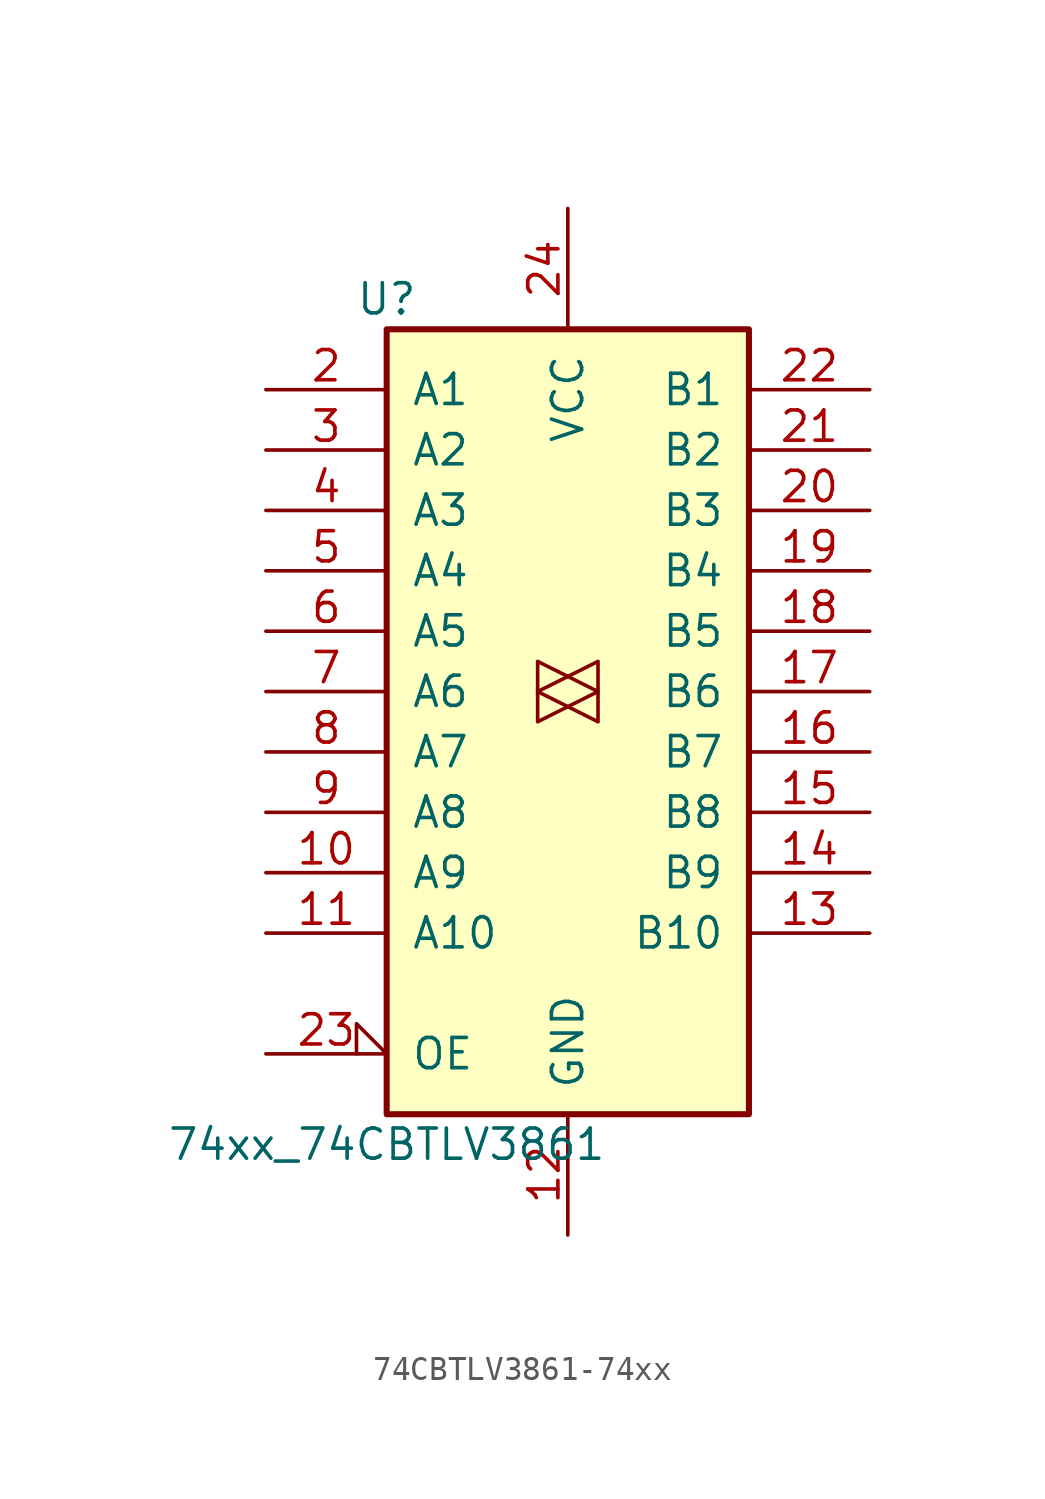
<source format=kicad_sym>
(kicad_symbol_lib
  (version 20220914)
  (generator kicad_symbol_editor)
  (symbol "74CBTLV3861-74xx"
    (pin_names
      (offset 1.016))
    (property "Reference" "U"
      (at -7.62 16.51 0)
      (effects (font (size 1.27 1.27))))
    (property "Value" "74xx_74CBTLV3861"
      (at -7.62 -19.05 0)
      (effects (font (size 1.27 1.27))))
    (property "ki_locked" ""
      (at 0 0 0)
      (effects (font (size 1.27 1.27))))
    (symbol "74CBTLV3861-74xx_1_0"
      (polyline (pts (xy 1.27 0) (xy -1.27 1.27) (xy -1.27 -1.27) (xy 1.27 0)) (stroke (width 0.152) (type solid)) (fill (type none)))
      (polyline (pts (xy 1.27 1.27) (xy -1.27 0) (xy 1.27 -1.27) (xy 1.27 1.27)) (stroke (width 0) (type solid)) (fill (type none)))
      (pin bidirectional line (at -12.7 -7.62 0) (length 5.08) (name "A9" (effects (font (size 1.27 1.27)))) (number "10" (effects (font (size 1.27 1.27)))))
      (pin bidirectional line (at -12.7 -10.16 0) (length 5.08) (name "A10" (effects (font (size 1.27 1.27)))) (number "11" (effects (font (size 1.27 1.27)))))
      (pin power_in line (at 0 -22.86 90) (length 5.08) (name "GND" (effects (font (size 1.27 1.27)))) (number "12" (effects (font (size 1.27 1.27)))))
      (pin bidirectional line (at 12.7 -10.16 180) (length 5.08) (name "B10" (effects (font (size 1.27 1.27)))) (number "13" (effects (font (size 1.27 1.27)))))
      (pin bidirectional line (at 12.7 -7.62 180) (length 5.08) (name "B9" (effects (font (size 1.27 1.27)))) (number "14" (effects (font (size 1.27 1.27)))))
      (pin bidirectional line (at 12.7 -5.08 180) (length 5.08) (name "B8" (effects (font (size 1.27 1.27)))) (number "15" (effects (font (size 1.27 1.27)))))
      (pin bidirectional line (at 12.7 -2.54 180) (length 5.08) (name "B7" (effects (font (size 1.27 1.27)))) (number "16" (effects (font (size 1.27 1.27)))))
      (pin bidirectional line (at 12.7 0 180) (length 5.08) (name "B6" (effects (font (size 1.27 1.27)))) (number "17" (effects (font (size 1.27 1.27)))))
      (pin bidirectional line (at 12.7 2.54 180) (length 5.08) (name "B5" (effects (font (size 1.27 1.27)))) (number "18" (effects (font (size 1.27 1.27)))))
      (pin bidirectional line (at 12.7 5.08 180) (length 5.08) (name "B4" (effects (font (size 1.27 1.27)))) (number "19" (effects (font (size 1.27 1.27)))))
      (pin bidirectional line (at -12.7 12.7 0) (length 5.08) (name "A1" (effects (font (size 1.27 1.27)))) (number "2" (effects (font (size 1.27 1.27)))))
      (pin bidirectional line (at 12.7 7.62 180) (length 5.08) (name "B3" (effects (font (size 1.27 1.27)))) (number "20" (effects (font (size 1.27 1.27)))))
      (pin bidirectional line (at 12.7 10.16 180) (length 5.08) (name "B2" (effects (font (size 1.27 1.27)))) (number "21" (effects (font (size 1.27 1.27)))))
      (pin bidirectional line (at 12.7 12.7 180) (length 5.08) (name "B1" (effects (font (size 1.27 1.27)))) (number "22" (effects (font (size 1.27 1.27)))))
      (pin input input_low (at -12.7 -15.24 0) (length 5.08) (name "OE" (effects (font (size 1.27 1.27)))) (number "23" (effects (font (size 1.27 1.27)))))
      (pin power_in line (at 0 20.32 270) (length 5.08) (name "VCC" (effects (font (size 1.27 1.27)))) (number "24" (effects (font (size 1.27 1.27)))))
      (pin bidirectional line (at -12.7 10.16 0) (length 5.08) (name "A2" (effects (font (size 1.27 1.27)))) (number "3" (effects (font (size 1.27 1.27)))))
      (pin bidirectional line (at -12.7 7.62 0) (length 5.08) (name "A3" (effects (font (size 1.27 1.27)))) (number "4" (effects (font (size 1.27 1.27)))))
      (pin bidirectional line (at -12.7 5.08 0) (length 5.08) (name "A4" (effects (font (size 1.27 1.27)))) (number "5" (effects (font (size 1.27 1.27)))))
      (pin bidirectional line (at -12.7 2.54 0) (length 5.08) (name "A5" (effects (font (size 1.27 1.27)))) (number "6" (effects (font (size 1.27 1.27)))))
      (pin bidirectional line (at -12.7 0 0) (length 5.08) (name "A6" (effects (font (size 1.27 1.27)))) (number "7" (effects (font (size 1.27 1.27)))))
      (pin bidirectional line (at -12.7 -2.54 0) (length 5.08) (name "A7" (effects (font (size 1.27 1.27)))) (number "8" (effects (font (size 1.27 1.27)))))
      (pin bidirectional line (at -12.7 -5.08 0) (length 5.08) (name "A8" (effects (font (size 1.27 1.27)))) (number "9" (effects (font (size 1.27 1.27))))))
    (symbol "74CBTLV3861-74xx_1_1"
      (rectangle (start -7.62 15.24) (end 7.62 -17.78) (stroke (width 0.254) (type solid)) (fill (type background))))))
</source>
